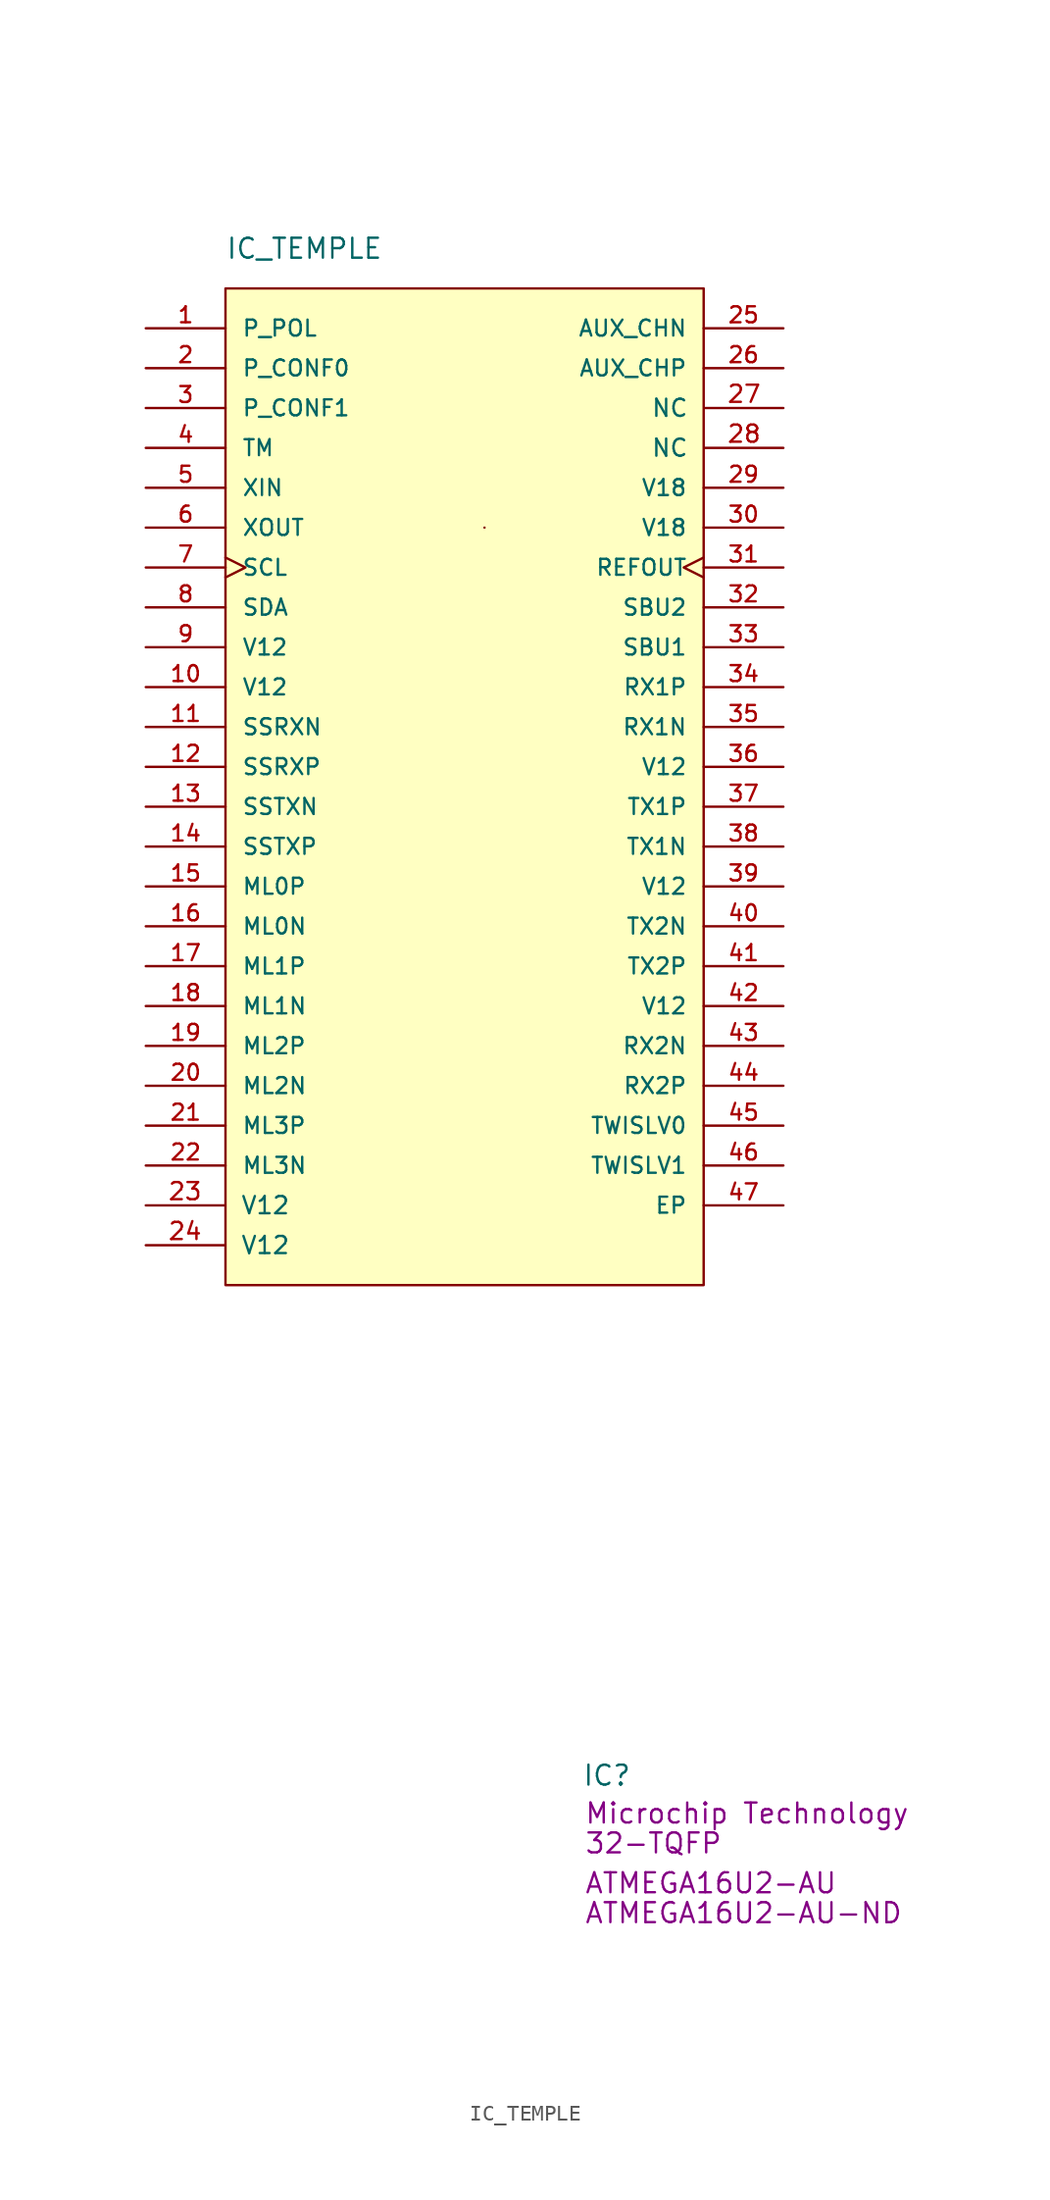
<source format=kicad_sym>
(kicad_symbol_lib
  (version 20220914)
  (generator kicad_symbol_editor)
  (symbol "IC_TEMPLE"
    (pin_names
      (offset 1.016))
    (property "Reference" "IC"
      (at 7.493 -64.262 0)
      (effects (font (size 1.27 1.27)) (justify left)))
    (property "Value" "IC_TEMPLE"
      (at -15.24 33.02 0)
      (effects (font (size 1.27 1.27)) (justify left)))
    (property "Chip Set" "32-TQFP"
      (at 7.62 -68.58 0)
      (effects (font (size 1.27 1.27)) (justify left)))
    (property "Manufacturer" "Microchip Technology"
      (at 7.62 -66.675 0)
      (effects (font (size 1.27 1.27)) (justify left)))
    (property "MPN" "ATMEGA16U2-AU"
      (at 7.62 -71.12 0)
      (effects (font (size 1.27 1.27)) (justify left)))
    (property "Digi-Key_PN" "ATMEGA16U2-AU-ND"
      (at 7.62 -73.025 0)
      (effects (font (size 1.27 1.27)) (justify left)))
    (symbol "IC_TEMPLE_1_1"
      (rectangle (start -15.24 30.48) (end 15.24 -33.02) (stroke (width 0) (type solid)) (fill (type background)))
      (rectangle (start 1.27 15.24) (end 1.27 15.24) (stroke (width 0) (type solid)) (fill (type none)))
      (pin input line (at -20.32 27.94 0) (length 5.08) (name "P_POL" (effects (font (size 1.016 1.016)))) (number "1" (effects (font (size 1.016 1.016)))))
      (pin power_in line (at -20.32 5.08 0) (length 5.08) (name "V12" (effects (font (size 1.016 1.016)))) (number "10" (effects (font (size 1.016 1.016)))))
      (pin output line (at -20.32 2.54 0) (length 5.08) (name "SSRXN" (effects (font (size 1.016 1.016)))) (number "11" (effects (font (size 1.016 1.016)))))
      (pin output line (at -20.32 0 0) (length 5.08) (name "SSRXP" (effects (font (size 1.016 1.016)))) (number "12" (effects (font (size 1.016 1.016)))))
      (pin input line (at -20.32 -2.54 0) (length 5.08) (name "SSTXN" (effects (font (size 1.016 1.016)))) (number "13" (effects (font (size 1.016 1.016)))))
      (pin input line (at -20.32 -5.08 0) (length 5.08) (name "SSTXP" (effects (font (size 1.016 1.016)))) (number "14" (effects (font (size 1.016 1.016)))))
      (pin input line (at -20.32 -7.62 0) (length 5.08) (name "ML0P" (effects (font (size 1.016 1.016)))) (number "15" (effects (font (size 1.016 1.016)))))
      (pin input line (at -20.32 -10.16 0) (length 5.08) (name "ML0N" (effects (font (size 1.016 1.016)))) (number "16" (effects (font (size 1.016 1.016)))))
      (pin input line (at -20.32 -12.7 0) (length 5.08) (name "ML1P" (effects (font (size 1.016 1.016)))) (number "17" (effects (font (size 1.016 1.016)))))
      (pin input line (at -20.32 -15.24 0) (length 5.08) (name "ML1N" (effects (font (size 1.016 1.016)))) (number "18" (effects (font (size 1.016 1.016)))))
      (pin input line (at -20.32 -17.78 0) (length 5.08) (name "ML2P" (effects (font (size 1.016 1.016)))) (number "19" (effects (font (size 1.016 1.016)))))
      (pin input line (at -20.32 25.4 0) (length 5.08) (name "P_CONF0" (effects (font (size 1.016 1.016)))) (number "2" (effects (font (size 1.016 1.016)))))
      (pin input line (at -20.32 -20.32 0) (length 5.08) (name "ML2N" (effects (font (size 1.016 1.016)))) (number "20" (effects (font (size 1.016 1.016)))))
      (pin input line (at -20.32 -22.86 0) (length 5.08) (name "ML3P" (effects (font (size 1.016 1.016)))) (number "21" (effects (font (size 1.016 1.016)))))
      (pin input line (at -20.32 -25.4 0) (length 5.08) (name "ML3N" (effects (font (size 1.016 1.016)))) (number "22" (effects (font (size 1.016 1.016)))))
      (pin power_in line (at -20.32 -27.94 0) (length 5.004) (name "V12" (effects (font (size 1.092 1.092)))) (number "23" (effects (font (size 1.092 1.092)))))
      (pin power_in line (at -20.32 -30.48 0) (length 5.004) (name "V12" (effects (font (size 1.092 1.092)))) (number "24" (effects (font (size 1.092 1.092)))))
      (pin bidirectional line (at 20.32 27.94 180) (length 5.08) (name "AUX_CHN" (effects (font (size 1.016 1.016)))) (number "25" (effects (font (size 1.016 1.016)))))
      (pin bidirectional line (at 20.32 25.4 180) (length 5.08) (name "AUX_CHP" (effects (font (size 1.016 1.016)))) (number "26" (effects (font (size 1.016 1.016)))))
      (pin input line (at 20.32 22.86 180) (length 5.004) (name "NC" (effects (font (size 1.092 1.092)))) (number "27" (effects (font (size 1.092 1.092)))))
      (pin input line (at 20.32 20.32 180) (length 5.004) (name "NC" (effects (font (size 1.092 1.092)))) (number "28" (effects (font (size 1.092 1.092)))))
      (pin power_in line (at 20.32 17.78 180) (length 5.08) (name "V18" (effects (font (size 1.016 1.016)))) (number "29" (effects (font (size 1.016 1.016)))))
      (pin input line (at -20.32 22.86 0) (length 5.08) (name "P_CONF1" (effects (font (size 1.016 1.016)))) (number "3" (effects (font (size 1.016 1.016)))))
      (pin power_in line (at 20.32 15.24 180) (length 5.08) (name "V18" (effects (font (size 1.016 1.016)))) (number "30" (effects (font (size 1.016 1.016)))))
      (pin output clock (at 20.32 12.7 180) (length 5.08) (name "REFOUT" (effects (font (size 1.016 1.016)))) (number "31" (effects (font (size 1.016 1.016)))))
      (pin bidirectional line (at 20.32 10.16 180) (length 5.08) (name "SBU2" (effects (font (size 1.016 1.016)))) (number "32" (effects (font (size 1.016 1.016)))))
      (pin bidirectional line (at 20.32 7.62 180) (length 5.08) (name "SBU1" (effects (font (size 1.016 1.016)))) (number "33" (effects (font (size 1.016 1.016)))))
      (pin bidirectional line (at 20.32 5.08 180) (length 5.08) (name "RX1P" (effects (font (size 1.016 1.016)))) (number "34" (effects (font (size 1.016 1.016)))))
      (pin bidirectional line (at 20.32 2.54 180) (length 5.08) (name "RX1N" (effects (font (size 1.016 1.016)))) (number "35" (effects (font (size 1.016 1.016)))))
      (pin power_in line (at 20.32 0 180) (length 5.08) (name "V12" (effects (font (size 1.016 1.016)))) (number "36" (effects (font (size 1.016 1.016)))))
      (pin output line (at 20.32 -2.54 180) (length 5.08) (name "TX1P" (effects (font (size 1.016 1.016)))) (number "37" (effects (font (size 1.016 1.016)))))
      (pin output line (at 20.32 -5.08 180) (length 5.08) (name "TX1N" (effects (font (size 1.016 1.016)))) (number "38" (effects (font (size 1.016 1.016)))))
      (pin power_in line (at 20.32 -7.62 180) (length 5.08) (name "V12" (effects (font (size 1.016 1.016)))) (number "39" (effects (font (size 1.016 1.016)))))
      (pin input line (at -20.32 20.32 0) (length 5.08) (name "TM" (effects (font (size 1.016 1.016)))) (number "4" (effects (font (size 1.016 1.016)))))
      (pin output line (at 20.32 -10.16 180) (length 5.08) (name "TX2N" (effects (font (size 1.016 1.016)))) (number "40" (effects (font (size 1.016 1.016)))))
      (pin output line (at 20.32 -12.7 180) (length 5.08) (name "TX2P" (effects (font (size 1.016 1.016)))) (number "41" (effects (font (size 1.016 1.016)))))
      (pin power_in line (at 20.32 -15.24 180) (length 5.08) (name "V12" (effects (font (size 1.016 1.016)))) (number "42" (effects (font (size 1.016 1.016)))))
      (pin bidirectional line (at 20.32 -17.78 180) (length 5.08) (name "RX2N" (effects (font (size 1.016 1.016)))) (number "43" (effects (font (size 1.016 1.016)))))
      (pin bidirectional line (at 20.32 -20.32 180) (length 5.08) (name "RX2P" (effects (font (size 1.016 1.016)))) (number "44" (effects (font (size 1.016 1.016)))))
      (pin input line (at 20.32 -22.86 180) (length 5.08) (name "TWISLV0" (effects (font (size 1.016 1.016)))) (number "45" (effects (font (size 1.016 1.016)))))
      (pin input line (at 20.32 -25.4 180) (length 5.08) (name "TWISLV1" (effects (font (size 1.016 1.016)))) (number "46" (effects (font (size 1.016 1.016)))))
      (pin power_in line (at 20.32 -27.94 180) (length 5.08) (name "EP" (effects (font (size 1.016 1.016)))) (number "47" (effects (font (size 1.016 1.016)))))
      (pin input line (at -20.32 17.78 0) (length 5.08) (name "XIN" (effects (font (size 1.016 1.016)))) (number "5" (effects (font (size 1.016 1.016)))))
      (pin output line (at -20.32 15.24 0) (length 5.08) (name "XOUT" (effects (font (size 1.016 1.016)))) (number "6" (effects (font (size 1.016 1.016)))))
      (pin input clock (at -20.32 12.7 0) (length 5.08) (name "SCL" (effects (font (size 1.016 1.016)))) (number "7" (effects (font (size 1.016 1.016)))))
      (pin bidirectional line (at -20.32 10.16 0) (length 5.08) (name "SDA" (effects (font (size 1.016 1.016)))) (number "8" (effects (font (size 1.016 1.016)))))
      (pin power_in line (at -20.32 7.62 0) (length 5.08) (name "V12" (effects (font (size 1.016 1.016)))) (number "9" (effects (font (size 1.016 1.016))))))))
</source>
